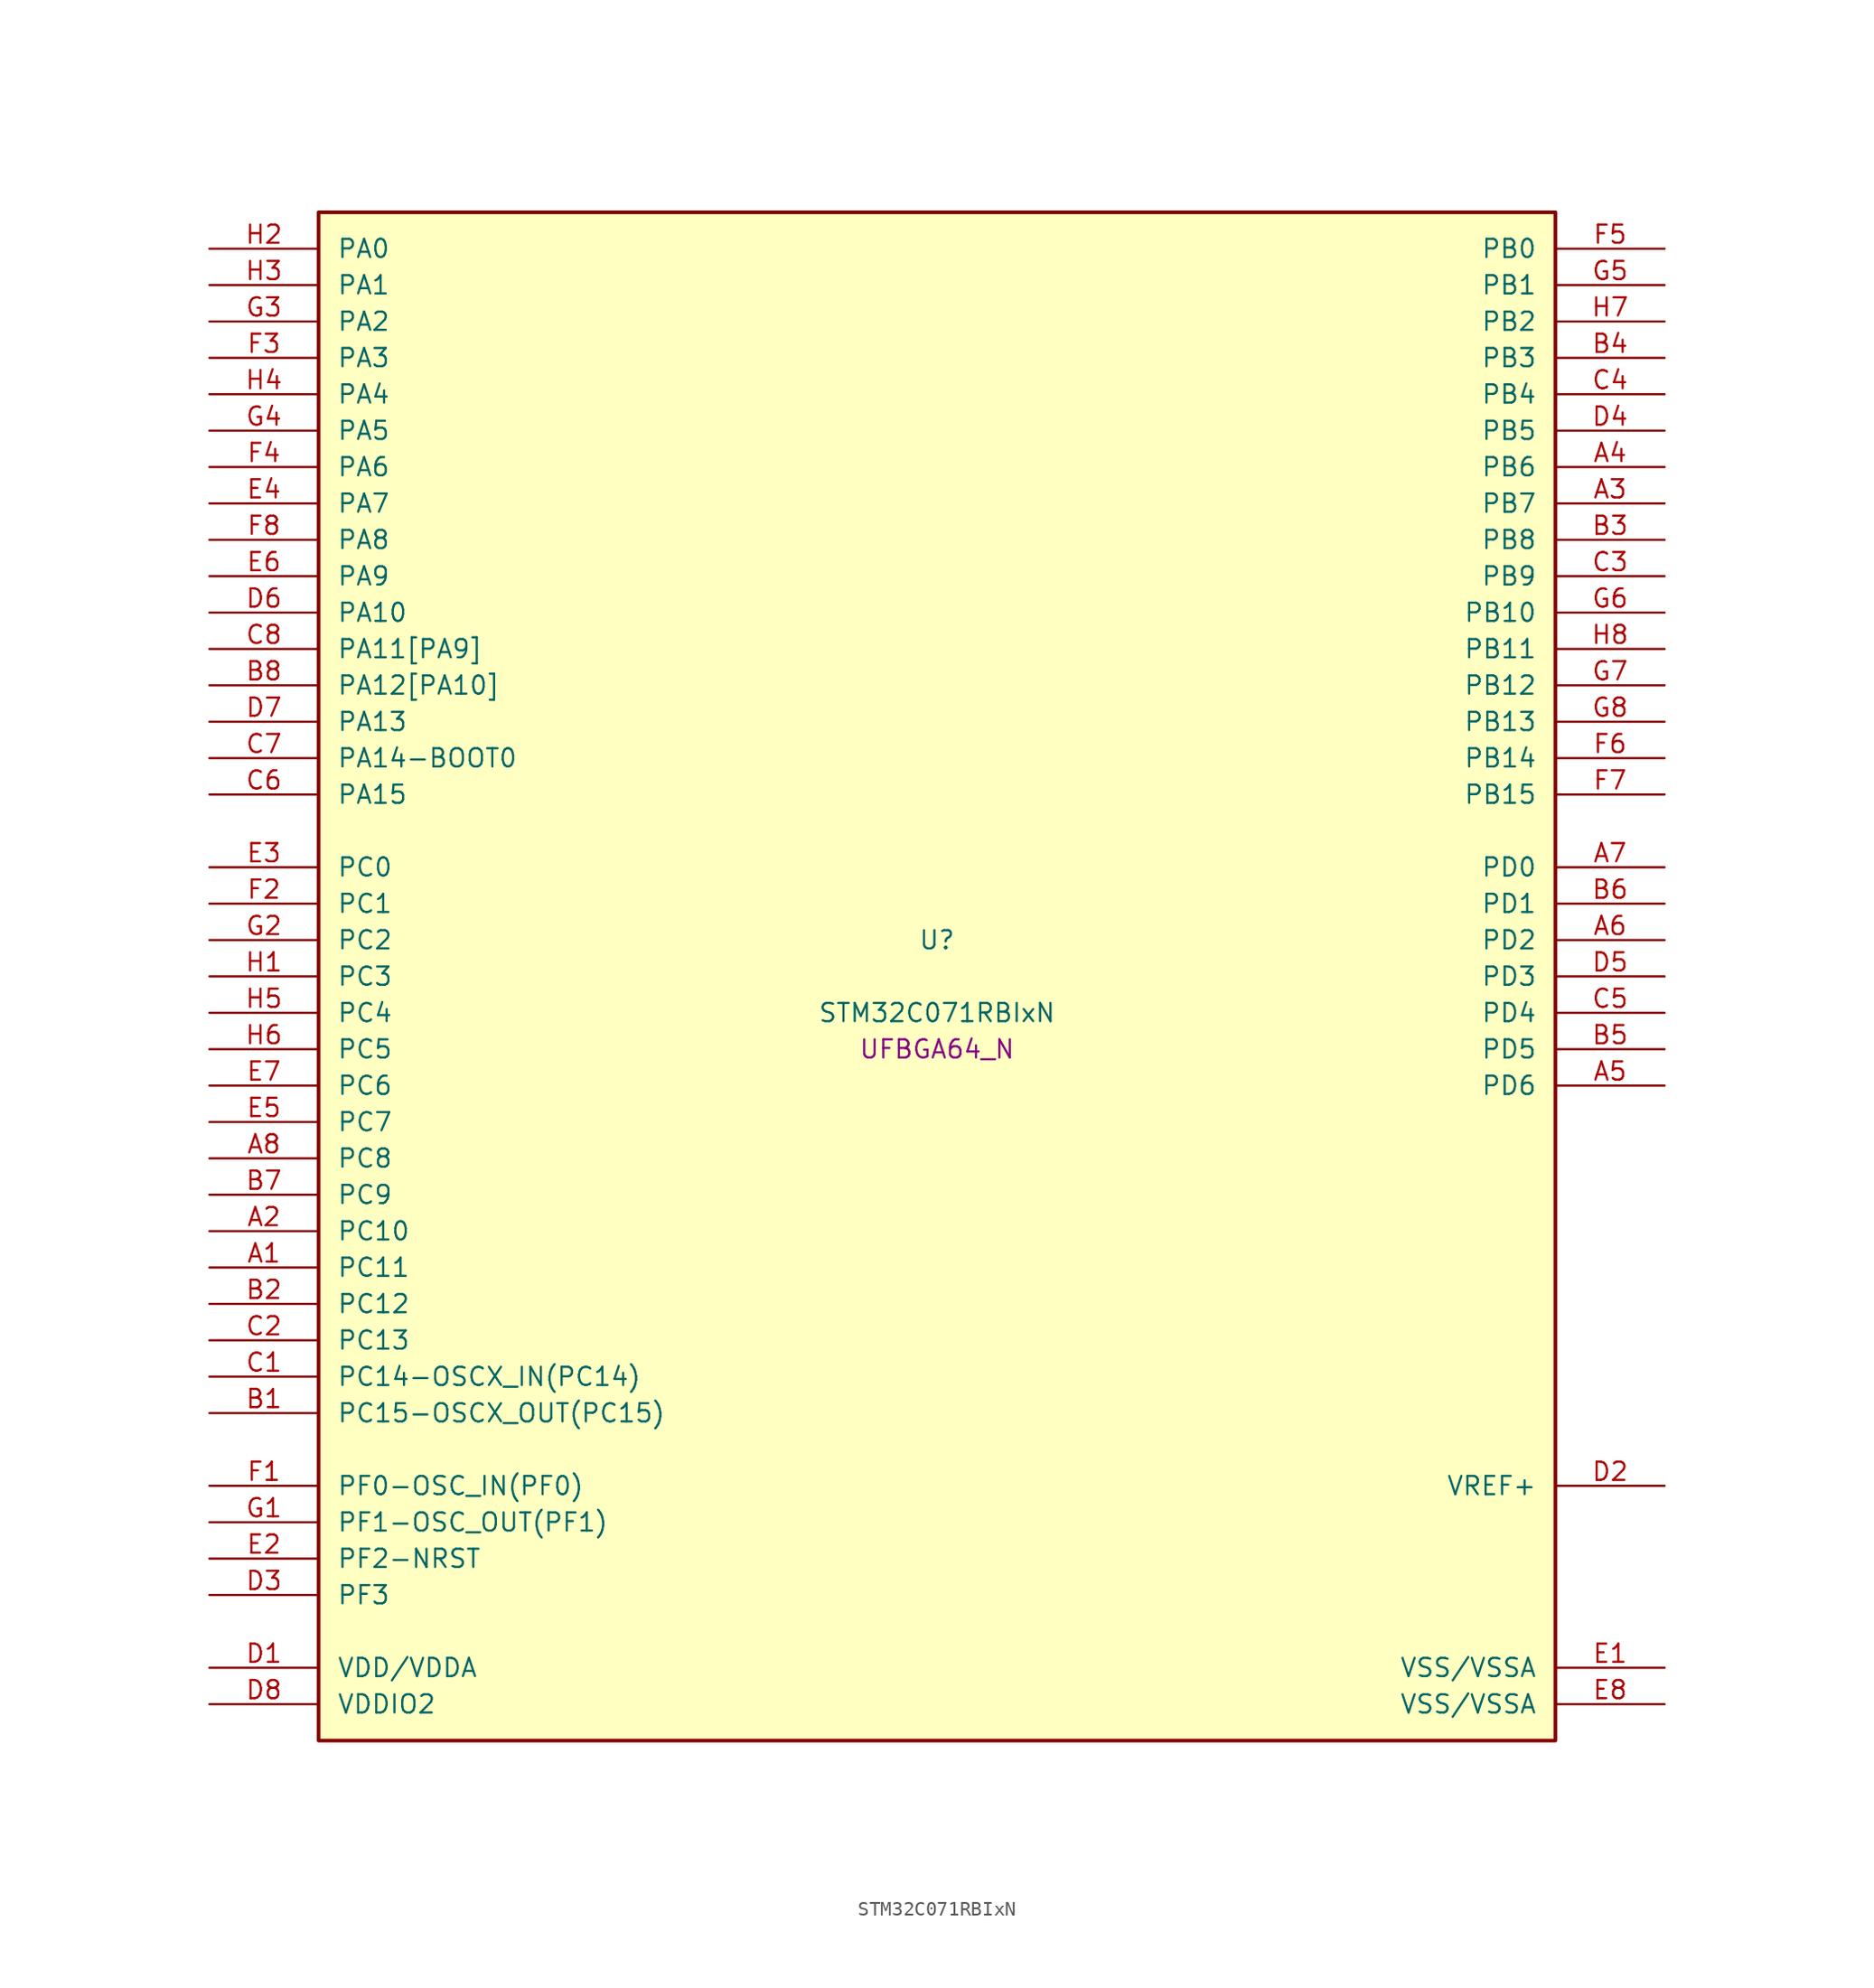
<source format=kicad_sym>
(kicad_symbol_lib
  (version 20241209)
  (generator "stm32_pkl_generator")
  (generator_version "1.0")
  (symbol "STM32C071RBIxN"
    (pin_names
      (offset 1.27))
    (property "Reference" "U"
      (at 0 2.54 0))
    (property "Value" "STM32C071RBIxN"
      (at 0 -2.54 0))
    (property "Footprint" "UFBGA64_N"
      (at 0 -5.08 0))
    (symbol "STM32C071RBIxN_1_1"
      (rectangle (start -43.18 53.34) (end 43.18 -53.34) (stroke (width 0.254) (type solid)) (fill (type background)))
      (pin bidirectional line (at -50.8 50.8 0) (length 7.62) (name "PA0") (number "H2") (alternate "PA0/ADC1_IN0" bidirectional line) (alternate "PA0/PWR_WKUP1" bidirectional line) (alternate "PA0/SPI2_SCK" bidirectional line) (alternate "PA0/TIM16_CH1" bidirectional line) (alternate "PA0/TIM1_CH1" bidirectional line) (alternate "PA0/TIM2_CH1" bidirectional line) (alternate "PA0/TIM2_ETR" bidirectional line) (alternate "PA0/USART1_TX" bidirectional line) (alternate "PA0/USART2_CTS" bidirectional line) (alternate "PA0/USART2_NSS" bidirectional line))
      (pin bidirectional line (at -50.8 48.26 0) (length 7.62) (name "PA1") (number "H3") (alternate "PA1/ADC1_IN1" bidirectional line) (alternate "PA1/I2C1_SMBA" bidirectional line) (alternate "PA1/I2S1_CK" bidirectional line) (alternate "PA1/SPI1_SCK" bidirectional line) (alternate "PA1/TIM17_CH1" bidirectional line) (alternate "PA1/TIM1_CH2" bidirectional line) (alternate "PA1/TIM2_CH2" bidirectional line) (alternate "PA1/USART1_RX" bidirectional line) (alternate "PA1/USART2_CK" bidirectional line) (alternate "PA1/USART2_DE" bidirectional line) (alternate "PA1/USART2_RTS" bidirectional line))
      (pin bidirectional line (at -50.8 45.72 0) (length 7.62) (name "PA2") (number "G3") (alternate "PA2/ADC1_IN2" bidirectional line) (alternate "PA2/I2S1_SD" bidirectional line) (alternate "PA2/PWR_WKUP4" bidirectional line) (alternate "PA2/RCC_LSCO" bidirectional line) (alternate "PA2/SPI1_MOSI" bidirectional line) (alternate "PA2/TIM16_CH1N" bidirectional line) (alternate "PA2/TIM1_CH3" bidirectional line) (alternate "PA2/TIM2_CH3" bidirectional line) (alternate "PA2/TIM3_ETR" bidirectional line) (alternate "PA2/USART2_TX" bidirectional line))
      (pin bidirectional line (at -50.8 43.18 0) (length 7.62) (name "PA3") (number "F3") (alternate "PA3/ADC1_IN3" bidirectional line) (alternate "PA3/SPI2_MISO" bidirectional line) (alternate "PA3/TIM1_CH1N" bidirectional line) (alternate "PA3/TIM1_CH4" bidirectional line) (alternate "PA3/TIM2_CH4" bidirectional line) (alternate "PA3/USART2_RX" bidirectional line))
      (pin bidirectional line (at -50.8 40.64 0) (length 7.62) (name "PA4") (number "H4") (alternate "PA4/ADC1_IN4" bidirectional line) (alternate "PA4/I2S1_WS" bidirectional line) (alternate "PA4/RTC_OUT2" bidirectional line) (alternate "PA4/SPI1_NSS" bidirectional line) (alternate "PA4/SPI2_MOSI" bidirectional line) (alternate "PA4/TIM14_CH1" bidirectional line) (alternate "PA4/TIM17_CH1N" bidirectional line) (alternate "PA4/TIM1_CH2N" bidirectional line) (alternate "PA4/USART2_TX" bidirectional line) (alternate "PA4/USB_NOE" bidirectional line))
      (pin bidirectional line (at -50.8 38.1 0) (length 7.62) (name "PA5") (number "G4") (alternate "PA5/ADC1_IN5" bidirectional line) (alternate "PA5/I2S1_CK" bidirectional line) (alternate "PA5/SPI1_SCK" bidirectional line) (alternate "PA5/TIM1_CH1" bidirectional line) (alternate "PA5/TIM1_CH3N" bidirectional line) (alternate "PA5/TIM2_CH1" bidirectional line) (alternate "PA5/TIM2_ETR" bidirectional line) (alternate "PA5/USART2_RX" bidirectional line))
      (pin bidirectional line (at -50.8 35.56 0) (length 7.62) (name "PA6") (number "F4") (alternate "PA6/ADC1_IN6" bidirectional line) (alternate "PA6/I2C2_SDA" bidirectional line) (alternate "PA6/I2S1_MCK" bidirectional line) (alternate "PA6/SPI1_MISO" bidirectional line) (alternate "PA6/TIM16_CH1" bidirectional line) (alternate "PA6/TIM1_BKIN" bidirectional line) (alternate "PA6/TIM3_CH1" bidirectional line))
      (pin bidirectional line (at -50.8 33.02 0) (length 7.62) (name "PA7") (number "E4") (alternate "PA7/ADC1_IN7" bidirectional line) (alternate "PA7/I2C2_SCL" bidirectional line) (alternate "PA7/I2S1_SD" bidirectional line) (alternate "PA7/SPI1_MOSI" bidirectional line) (alternate "PA7/TIM14_CH1" bidirectional line) (alternate "PA7/TIM17_CH1" bidirectional line) (alternate "PA7/TIM1_CH1N" bidirectional line) (alternate "PA7/TIM3_CH2" bidirectional line))
      (pin bidirectional line (at -50.8 30.48 0) (length 7.62) (name "PA8") (number "F8") (alternate "PA8/ADC1_IN8" bidirectional line) (alternate "PA8/CRS_SYNC" bidirectional line) (alternate "PA8/I2S1_WS" bidirectional line) (alternate "PA8/RCC_MCO" bidirectional line) (alternate "PA8/RCC_MCO_2" bidirectional line) (alternate "PA8/SPI1_NSS" bidirectional line) (alternate "PA8/SPI2_MISO" bidirectional line) (alternate "PA8/SPI2_NSS" bidirectional line) (alternate "PA8/TIM14_CH1" bidirectional line) (alternate "PA8/TIM1_CH1" bidirectional line) (alternate "PA8/TIM1_CH2N" bidirectional line) (alternate "PA8/TIM1_CH3N" bidirectional line) (alternate "PA8/TIM3_CH3" bidirectional line) (alternate "PA8/TIM3_CH4" bidirectional line) (alternate "PA8/USART1_RX" bidirectional line) (alternate "PA8/USART2_TX" bidirectional line))
      (pin bidirectional line (at -50.8 27.94 0) (length 7.62) (name "PA9") (number "E6") (alternate "PA9/I2C1_SCL" bidirectional line) (alternate "PA9/I2C2_SCL" bidirectional line) (alternate "PA9/RCC_MCO" bidirectional line) (alternate "PA9/SPI2_MISO" bidirectional line) (alternate "PA9/TIM1_CH2" bidirectional line) (alternate "PA9/TIM3_ETR" bidirectional line) (alternate "PA9/USART1_TX" bidirectional line) (alternate "PA9/NC" bidirectional line))
      (pin bidirectional line (at -50.8 25.4 0) (length 7.62) (name "PA10") (number "D6") (alternate "PA10/I2C1_SDA" bidirectional line) (alternate "PA10/I2C2_SDA" bidirectional line) (alternate "PA10/RCC_MCO_2" bidirectional line) (alternate "PA10/SPI2_MOSI" bidirectional line) (alternate "PA10/TIM17_BKIN" bidirectional line) (alternate "PA10/TIM1_CH3" bidirectional line) (alternate "PA10/USART1_RX" bidirectional line) (alternate "PA10/NC" bidirectional line))
      (pin bidirectional line (at -50.8 22.86 0) (length 7.62) (name "PA11[PA9]") (number "C8") (alternate "PA11[PA9]/ADC1_EXTI11" bidirectional line) (alternate "PA11[PA9]/I2C2_SCL" bidirectional line) (alternate "PA11[PA9]/I2S1_MCK" bidirectional line) (alternate "PA11[PA9]/SPI1_MISO" bidirectional line) (alternate "PA11[PA9]/TIM1_BKIN2" bidirectional line) (alternate "PA11[PA9]/TIM1_CH4" bidirectional line) (alternate "PA11[PA9]/USART1_CTS" bidirectional line) (alternate "PA11[PA9]/USART1_NSS" bidirectional line) (alternate "PA11[PA9]/USB_DM" bidirectional line) (alternate "PA11[PA9]/PA9[PA11]" bidirectional line) (alternate "PA11[PA9]/I2C1_SCL" bidirectional line) (alternate "PA11[PA9]/RCC_MCO" bidirectional line) (alternate "PA11[PA9]/SPI2_MISO" bidirectional line) (alternate "PA11[PA9]/TIM1_CH2" bidirectional line) (alternate "PA11[PA9]/TIM3_ETR" bidirectional line) (alternate "PA11[PA9]/USART1_TX" bidirectional line))
      (pin bidirectional line (at -50.8 20.32 0) (length 7.62) (name "PA12[PA10]") (number "B8") (alternate "PA12[PA10]/I2C2_SDA" bidirectional line) (alternate "PA12[PA10]/I2S1_SD" bidirectional line) (alternate "PA12[PA10]/I2S_CKIN" bidirectional line) (alternate "PA12[PA10]/SPI1_MOSI" bidirectional line) (alternate "PA12[PA10]/TIM1_ETR" bidirectional line) (alternate "PA12[PA10]/USART1_CK" bidirectional line) (alternate "PA12[PA10]/USART1_DE" bidirectional line) (alternate "PA12[PA10]/USART1_RTS" bidirectional line) (alternate "PA12[PA10]/USB_DP" bidirectional line) (alternate "PA12[PA10]/PA10[PA12]" bidirectional line) (alternate "PA12[PA10]/I2C1_SDA" bidirectional line) (alternate "PA12[PA10]/RCC_MCO_2" bidirectional line) (alternate "PA12[PA10]/SPI2_MOSI" bidirectional line) (alternate "PA12[PA10]/TIM17_BKIN" bidirectional line) (alternate "PA12[PA10]/TIM1_CH3" bidirectional line) (alternate "PA12[PA10]/USART1_RX" bidirectional line))
      (pin bidirectional line (at -50.8 17.78 0) (length 7.62) (name "PA13") (number "D7") (alternate "PA13/ADC1_IN13" bidirectional line) (alternate "PA13/DEBUG_SWDIO" bidirectional line) (alternate "PA13/IR_OUT" bidirectional line) (alternate "PA13/TIM3_ETR" bidirectional line) (alternate "PA13/USART2_RX" bidirectional line) (alternate "PA13/USB_NOE" bidirectional line))
      (pin bidirectional line (at -50.8 15.24 0) (length 7.62) (name "PA14-BOOT0") (number "C7") (alternate "PA14-BOOT0/ADC1_IN14" bidirectional line) (alternate "PA14-BOOT0/DEBUG_SWCLK" bidirectional line) (alternate "PA14-BOOT0/I2S1_WS" bidirectional line) (alternate "PA14-BOOT0/RCC_MCO_2" bidirectional line) (alternate "PA14-BOOT0/SPI1_NSS" bidirectional line) (alternate "PA14-BOOT0/TIM1_CH1" bidirectional line) (alternate "PA14-BOOT0/USART1_CK" bidirectional line) (alternate "PA14-BOOT0/USART1_DE" bidirectional line) (alternate "PA14-BOOT0/USART1_RTS" bidirectional line) (alternate "PA14-BOOT0/USART2_RX" bidirectional line) (alternate "PA14-BOOT0/USART2_TX" bidirectional line))
      (pin bidirectional line (at -50.8 12.7 0) (length 7.62) (name "PA15") (number "C6") (alternate "PA15/I2S1_WS" bidirectional line) (alternate "PA15/RCC_MCO_2" bidirectional line) (alternate "PA15/SPI1_NSS" bidirectional line) (alternate "PA15/TIM1_CH1" bidirectional line) (alternate "PA15/TIM2_CH1" bidirectional line) (alternate "PA15/TIM2_ETR" bidirectional line) (alternate "PA15/USART1_CK" bidirectional line) (alternate "PA15/USART1_DE" bidirectional line) (alternate "PA15/USART1_RTS" bidirectional line) (alternate "PA15/USART2_RX" bidirectional line) (alternate "PA15/USB_NOE" bidirectional line))
      (pin bidirectional line (at 50.8 50.8 180) (length 7.62) (name "PB0") (number "F5") (alternate "PB0/ADC1_IN17" bidirectional line) (alternate "PB0/I2S1_WS" bidirectional line) (alternate "PB0/SPI1_NSS" bidirectional line) (alternate "PB0/TIM1_CH2N" bidirectional line) (alternate "PB0/TIM3_CH3" bidirectional line))
      (pin bidirectional line (at 50.8 48.26 180) (length 7.62) (name "PB1") (number "G5") (alternate "PB1/ADC1_IN18" bidirectional line) (alternate "PB1/TIM14_CH1" bidirectional line) (alternate "PB1/TIM1_CH2N" bidirectional line) (alternate "PB1/TIM1_CH3N" bidirectional line) (alternate "PB1/TIM3_CH4" bidirectional line))
      (pin bidirectional line (at 50.8 45.72 180) (length 7.62) (name "PB2") (number "H7") (alternate "PB2/ADC1_IN19" bidirectional line) (alternate "PB2/RCC_MCO_2" bidirectional line) (alternate "PB2/SPI2_MISO" bidirectional line) (alternate "PB2/USART1_RX" bidirectional line))
      (pin bidirectional line (at 50.8 43.18 180) (length 7.62) (name "PB3") (number "B4") (alternate "PB3/I2C2_SCL" bidirectional line) (alternate "PB3/I2S1_CK" bidirectional line) (alternate "PB3/SPI1_SCK" bidirectional line) (alternate "PB3/TIM1_CH2" bidirectional line) (alternate "PB3/TIM2_CH2" bidirectional line) (alternate "PB3/TIM3_CH2" bidirectional line) (alternate "PB3/USART1_CK" bidirectional line) (alternate "PB3/USART1_DE" bidirectional line) (alternate "PB3/USART1_RTS" bidirectional line))
      (pin bidirectional line (at 50.8 40.64 180) (length 7.62) (name "PB4") (number "C4") (alternate "PB4/I2C2_SDA" bidirectional line) (alternate "PB4/I2S1_MCK" bidirectional line) (alternate "PB4/SPI1_MISO" bidirectional line) (alternate "PB4/TIM17_BKIN" bidirectional line) (alternate "PB4/TIM3_CH1" bidirectional line) (alternate "PB4/USART1_CTS" bidirectional line) (alternate "PB4/USART1_NSS" bidirectional line))
      (pin bidirectional line (at 50.8 38.1 180) (length 7.62) (name "PB5") (number "D4") (alternate "PB5/I2C1_SMBA" bidirectional line) (alternate "PB5/I2S1_SD" bidirectional line) (alternate "PB5/PWR_WKUP6" bidirectional line) (alternate "PB5/SPI1_MOSI" bidirectional line) (alternate "PB5/TIM16_BKIN" bidirectional line) (alternate "PB5/TIM3_CH2" bidirectional line) (alternate "PB5/TIM3_CH3" bidirectional line))
      (pin bidirectional line (at 50.8 35.56 180) (length 7.62) (name "PB6") (number "A4") (alternate "PB6/I2C1_SCL" bidirectional line) (alternate "PB6/I2C1_SMBA" bidirectional line) (alternate "PB6/I2S1_CK" bidirectional line) (alternate "PB6/I2S1_MCK" bidirectional line) (alternate "PB6/I2S1_SD" bidirectional line) (alternate "PB6/PWR_WKUP3" bidirectional line) (alternate "PB6/SPI1_MISO" bidirectional line) (alternate "PB6/SPI1_MOSI" bidirectional line) (alternate "PB6/SPI1_SCK" bidirectional line) (alternate "PB6/SPI2_MISO" bidirectional line) (alternate "PB6/TIM16_BKIN" bidirectional line) (alternate "PB6/TIM16_CH1N" bidirectional line) (alternate "PB6/TIM17_BKIN" bidirectional line) (alternate "PB6/TIM1_CH2" bidirectional line) (alternate "PB6/TIM1_CH3" bidirectional line) (alternate "PB6/TIM3_CH1" bidirectional line) (alternate "PB6/TIM3_CH2" bidirectional line) (alternate "PB6/TIM3_CH3" bidirectional line) (alternate "PB6/USART1_CTS" bidirectional line) (alternate "PB6/USART1_NSS" bidirectional line) (alternate "PB6/USART1_TX" bidirectional line))
      (pin bidirectional line (at 50.8 33.02 180) (length 7.62) (name "PB7") (number "A3") (alternate "PB7/I2C1_SCL" bidirectional line) (alternate "PB7/I2C1_SDA" bidirectional line) (alternate "PB7/SPI2_MOSI" bidirectional line) (alternate "PB7/TIM16_CH1" bidirectional line) (alternate "PB7/TIM17_CH1N" bidirectional line) (alternate "PB7/TIM1_CH4" bidirectional line) (alternate "PB7/TIM3_CH1" bidirectional line) (alternate "PB7/TIM3_CH4" bidirectional line) (alternate "PB7/USART1_RX" bidirectional line) (alternate "PB7/USART2_CTS" bidirectional line) (alternate "PB7/USART2_NSS" bidirectional line))
      (pin bidirectional line (at 50.8 30.48 180) (length 7.62) (name "PB8") (number "B3") (alternate "PB8/I2C1_SCL" bidirectional line) (alternate "PB8/SPI2_SCK" bidirectional line) (alternate "PB8/TIM16_CH1" bidirectional line) (alternate "PB8/TIM3_CH1" bidirectional line) (alternate "PB8/USART2_CTS" bidirectional line) (alternate "PB8/USART2_NSS" bidirectional line))
      (pin bidirectional line (at 50.8 27.94 180) (length 7.62) (name "PB9") (number "C3") (alternate "PB9/I2C1_SDA" bidirectional line) (alternate "PB9/IR_OUT" bidirectional line) (alternate "PB9/SPI2_NSS" bidirectional line) (alternate "PB9/TIM17_CH1" bidirectional line) (alternate "PB9/TIM3_CH2" bidirectional line) (alternate "PB9/USART2_CK" bidirectional line) (alternate "PB9/USART2_DE" bidirectional line) (alternate "PB9/USART2_RTS" bidirectional line))
      (pin bidirectional line (at 50.8 25.4 180) (length 7.62) (name "PB10") (number "G6") (alternate "PB10/ADC1_IN20" bidirectional line) (alternate "PB10/I2C2_SCL" bidirectional line) (alternate "PB10/SPI2_SCK" bidirectional line) (alternate "PB10/TIM2_CH3" bidirectional line))
      (pin bidirectional line (at 50.8 22.86 180) (length 7.62) (name "PB11") (number "H8") (alternate "PB11/ADC1_EXTI11" bidirectional line) (alternate "PB11/ADC1_IN21" bidirectional line) (alternate "PB11/I2C2_SDA" bidirectional line) (alternate "PB11/SPI2_MOSI" bidirectional line) (alternate "PB11/TIM2_CH4" bidirectional line))
      (pin bidirectional line (at 50.8 20.32 180) (length 7.62) (name "PB12") (number "G7") (alternate "PB12/ADC1_IN22" bidirectional line) (alternate "PB12/SPI2_NSS" bidirectional line) (alternate "PB12/TIM1_BKIN" bidirectional line) (alternate "PB12/TIM1_BKIN2" bidirectional line))
      (pin bidirectional line (at 50.8 17.78 180) (length 7.62) (name "PB13") (number "G8") (alternate "PB13/I2C2_SCL" bidirectional line) (alternate "PB13/SPI2_SCK" bidirectional line) (alternate "PB13/TIM1_CH1N" bidirectional line))
      (pin bidirectional line (at 50.8 15.24 180) (length 7.62) (name "PB14") (number "F6") (alternate "PB14/I2C2_SDA" bidirectional line) (alternate "PB14/SPI2_MISO" bidirectional line) (alternate "PB14/TIM1_CH2N" bidirectional line))
      (pin bidirectional line (at 50.8 12.7 180) (length 7.62) (name "PB15") (number "F7") (alternate "PB15/RTC_REFIN" bidirectional line) (alternate "PB15/SPI2_MOSI" bidirectional line) (alternate "PB15/TIM1_CH3N" bidirectional line))
      (pin bidirectional line (at -50.8 7.62 0) (length 7.62) (name "PC0") (number "E3"))
      (pin bidirectional line (at -50.8 5.08 0) (length 7.62) (name "PC1") (number "F2"))
      (pin bidirectional line (at -50.8 2.54 0) (length 7.62) (name "PC2") (number "G2") (alternate "PC2/SPI2_MISO" bidirectional line))
      (pin bidirectional line (at -50.8 0 0) (length 7.62) (name "PC3") (number "H1") (alternate "PC3/SPI2_MOSI" bidirectional line))
      (pin bidirectional line (at -50.8 -2.54 0) (length 7.62) (name "PC4") (number "H5") (alternate "PC4/ADC1_IN11" bidirectional line) (alternate "PC4/TIM2_CH1" bidirectional line) (alternate "PC4/TIM2_ETR" bidirectional line) (alternate "PC4/USART1_TX" bidirectional line))
      (pin bidirectional line (at -50.8 -5.08 0) (length 7.62) (name "PC5") (number "H6") (alternate "PC5/ADC1_IN12" bidirectional line) (alternate "PC5/PWR_WKUP5" bidirectional line) (alternate "PC5/TIM2_CH2" bidirectional line) (alternate "PC5/USART1_RX" bidirectional line))
      (pin bidirectional line (at -50.8 -7.62 0) (length 7.62) (name "PC6") (number "E7") (alternate "PC6/TIM2_CH3" bidirectional line) (alternate "PC6/TIM3_CH1" bidirectional line))
      (pin bidirectional line (at -50.8 -10.16 0) (length 7.62) (name "PC7") (number "E5") (alternate "PC7/TIM2_CH4" bidirectional line) (alternate "PC7/TIM3_CH2" bidirectional line))
      (pin bidirectional line (at -50.8 -12.7 0) (length 7.62) (name "PC8") (number "A8") (alternate "PC8/TIM1_CH1" bidirectional line) (alternate "PC8/TIM3_CH3" bidirectional line))
      (pin bidirectional line (at -50.8 -15.24 0) (length 7.62) (name "PC9") (number "B7") (alternate "PC9/I2S_CKIN" bidirectional line) (alternate "PC9/TIM1_CH2" bidirectional line) (alternate "PC9/TIM3_CH4" bidirectional line) (alternate "PC9/USB_NOE" bidirectional line))
      (pin bidirectional line (at -50.8 -17.78 0) (length 7.62) (name "PC10") (number "A2") (alternate "PC10/TIM1_CH3" bidirectional line))
      (pin bidirectional line (at -50.8 -20.32 0) (length 7.62) (name "PC11") (number "A1") (alternate "PC11/ADC1_EXTI11" bidirectional line) (alternate "PC11/TIM1_CH4" bidirectional line))
      (pin bidirectional line (at -50.8 -22.86 0) (length 7.62) (name "PC12") (number "B2") (alternate "PC12/TIM14_CH1" bidirectional line))
      (pin bidirectional line (at -50.8 -25.4 0) (length 7.62) (name "PC13") (number "C2") (alternate "PC13/PWR_WKUP2" bidirectional line) (alternate "PC13/RTC_OUT1" bidirectional line) (alternate "PC13/RTC_TS" bidirectional line) (alternate "PC13/TIM1_BKIN" bidirectional line) (alternate "PC13/TIM1_ETR" bidirectional line))
      (pin bidirectional line (at -50.8 -27.94 0) (length 7.62) (name "PC14-OSCX_IN(PC14)") (number "C1") (alternate "PC14-OSCX_IN(PC14)/I2C1_SDA" bidirectional line) (alternate "PC14-OSCX_IN(PC14)/IR_OUT" bidirectional line) (alternate "PC14-OSCX_IN(PC14)/RCC_OSCX_IN" bidirectional line) (alternate "PC14-OSCX_IN(PC14)/SPI2_NSS" bidirectional line) (alternate "PC14-OSCX_IN(PC14)/TIM17_CH1" bidirectional line) (alternate "PC14-OSCX_IN(PC14)/TIM1_BKIN2" bidirectional line) (alternate "PC14-OSCX_IN(PC14)/TIM1_ETR" bidirectional line) (alternate "PC14-OSCX_IN(PC14)/TIM3_CH2" bidirectional line) (alternate "PC14-OSCX_IN(PC14)/USART1_TX" bidirectional line) (alternate "PC14-OSCX_IN(PC14)/USART2_CK" bidirectional line) (alternate "PC14-OSCX_IN(PC14)/USART2_DE" bidirectional line) (alternate "PC14-OSCX_IN(PC14)/USART2_RTS" bidirectional line))
      (pin bidirectional line (at -50.8 -30.48 0) (length 7.62) (name "PC15-OSCX_OUT(PC15)") (number "B1") (alternate "PC15-OSCX_OUT(PC15)/RCC_OSC32_EN" bidirectional line) (alternate "PC15-OSCX_OUT(PC15)/RCC_OSCX_OUT" bidirectional line) (alternate "PC15-OSCX_OUT(PC15)/RCC_OSC_EN" bidirectional line) (alternate "PC15-OSCX_OUT(PC15)/TIM1_ETR" bidirectional line) (alternate "PC15-OSCX_OUT(PC15)/TIM3_CH3" bidirectional line))
      (pin bidirectional line (at 50.8 7.62 180) (length 7.62) (name "PD0") (number "A7") (alternate "PD0/SPI2_NSS" bidirectional line) (alternate "PD0/TIM16_CH1" bidirectional line))
      (pin bidirectional line (at 50.8 5.08 180) (length 7.62) (name "PD1") (number "B6") (alternate "PD1/SPI2_SCK" bidirectional line) (alternate "PD1/TIM17_CH1" bidirectional line))
      (pin bidirectional line (at 50.8 2.54 180) (length 7.62) (name "PD2") (number "A6") (alternate "PD2/TIM1_CH1N" bidirectional line) (alternate "PD2/TIM3_ETR" bidirectional line))
      (pin bidirectional line (at 50.8 0 180) (length 7.62) (name "PD3") (number "D5") (alternate "PD3/SPI2_MISO" bidirectional line) (alternate "PD3/TIM1_CH2N" bidirectional line) (alternate "PD3/USART2_CTS" bidirectional line) (alternate "PD3/USART2_NSS" bidirectional line))
      (pin bidirectional line (at 50.8 -2.54 180) (length 7.62) (name "PD4") (number "C5") (alternate "PD4/SPI2_MOSI" bidirectional line) (alternate "PD4/TIM1_CH3N" bidirectional line) (alternate "PD4/USART2_CK" bidirectional line) (alternate "PD4/USART2_DE" bidirectional line) (alternate "PD4/USART2_RTS" bidirectional line))
      (pin bidirectional line (at 50.8 -5.08 180) (length 7.62) (name "PD5") (number "B5") (alternate "PD5/I2S1_MCK" bidirectional line) (alternate "PD5/SPI1_MISO" bidirectional line) (alternate "PD5/TIM1_BKIN" bidirectional line) (alternate "PD5/USART2_TX" bidirectional line))
      (pin bidirectional line (at 50.8 -7.62 180) (length 7.62) (name "PD6") (number "A5") (alternate "PD6/I2S1_SD" bidirectional line) (alternate "PD6/SPI1_MOSI" bidirectional line) (alternate "PD6/USART2_RX" bidirectional line))
      (pin bidirectional line (at -50.8 -35.56 0) (length 7.62) (name "PF0-OSC_IN(PF0)") (number "F1") (alternate "PF0-OSC_IN(PF0)/CRS_SYNC" bidirectional line) (alternate "PF0-OSC_IN(PF0)/RCC_OSC_IN" bidirectional line) (alternate "PF0-OSC_IN(PF0)/TIM14_CH1" bidirectional line))
      (pin bidirectional line (at -50.8 -38.1 0) (length 7.62) (name "PF1-OSC_OUT(PF1)") (number "G1") (alternate "PF1-OSC_OUT(PF1)/RCC_OSC_EN" bidirectional line) (alternate "PF1-OSC_OUT(PF1)/RCC_OSC_OUT" bidirectional line))
      (pin bidirectional line (at -50.8 -40.64 0) (length 7.62) (name "PF2-NRST") (number "E2") (alternate "PF2-NRST/RCC_MCO" bidirectional line) (alternate "PF2-NRST/TIM1_CH4" bidirectional line))
      (pin bidirectional line (at -50.8 -43.18 0) (length 7.62) (name "PF3") (number "D3"))
      (pin bidirectional line (at 50.8 -35.56 180) (length 7.62) (name "VREF+") (number "D2"))
      (pin power_in line (at -50.8 -48.26 0) (length 7.62) (name "VDD/VDDA") (number "D1"))
      (pin power_in line (at -50.8 -50.8 0) (length 7.62) (name "VDDIO2") (number "D8"))
      (pin power_in line (at 50.8 -48.26 180) (length 7.62) (name "VSS/VSSA") (number "E1"))
      (pin power_in line (at 50.8 -50.8 180) (length 7.62) (name "VSS/VSSA") (number "E8")))))
</source>
